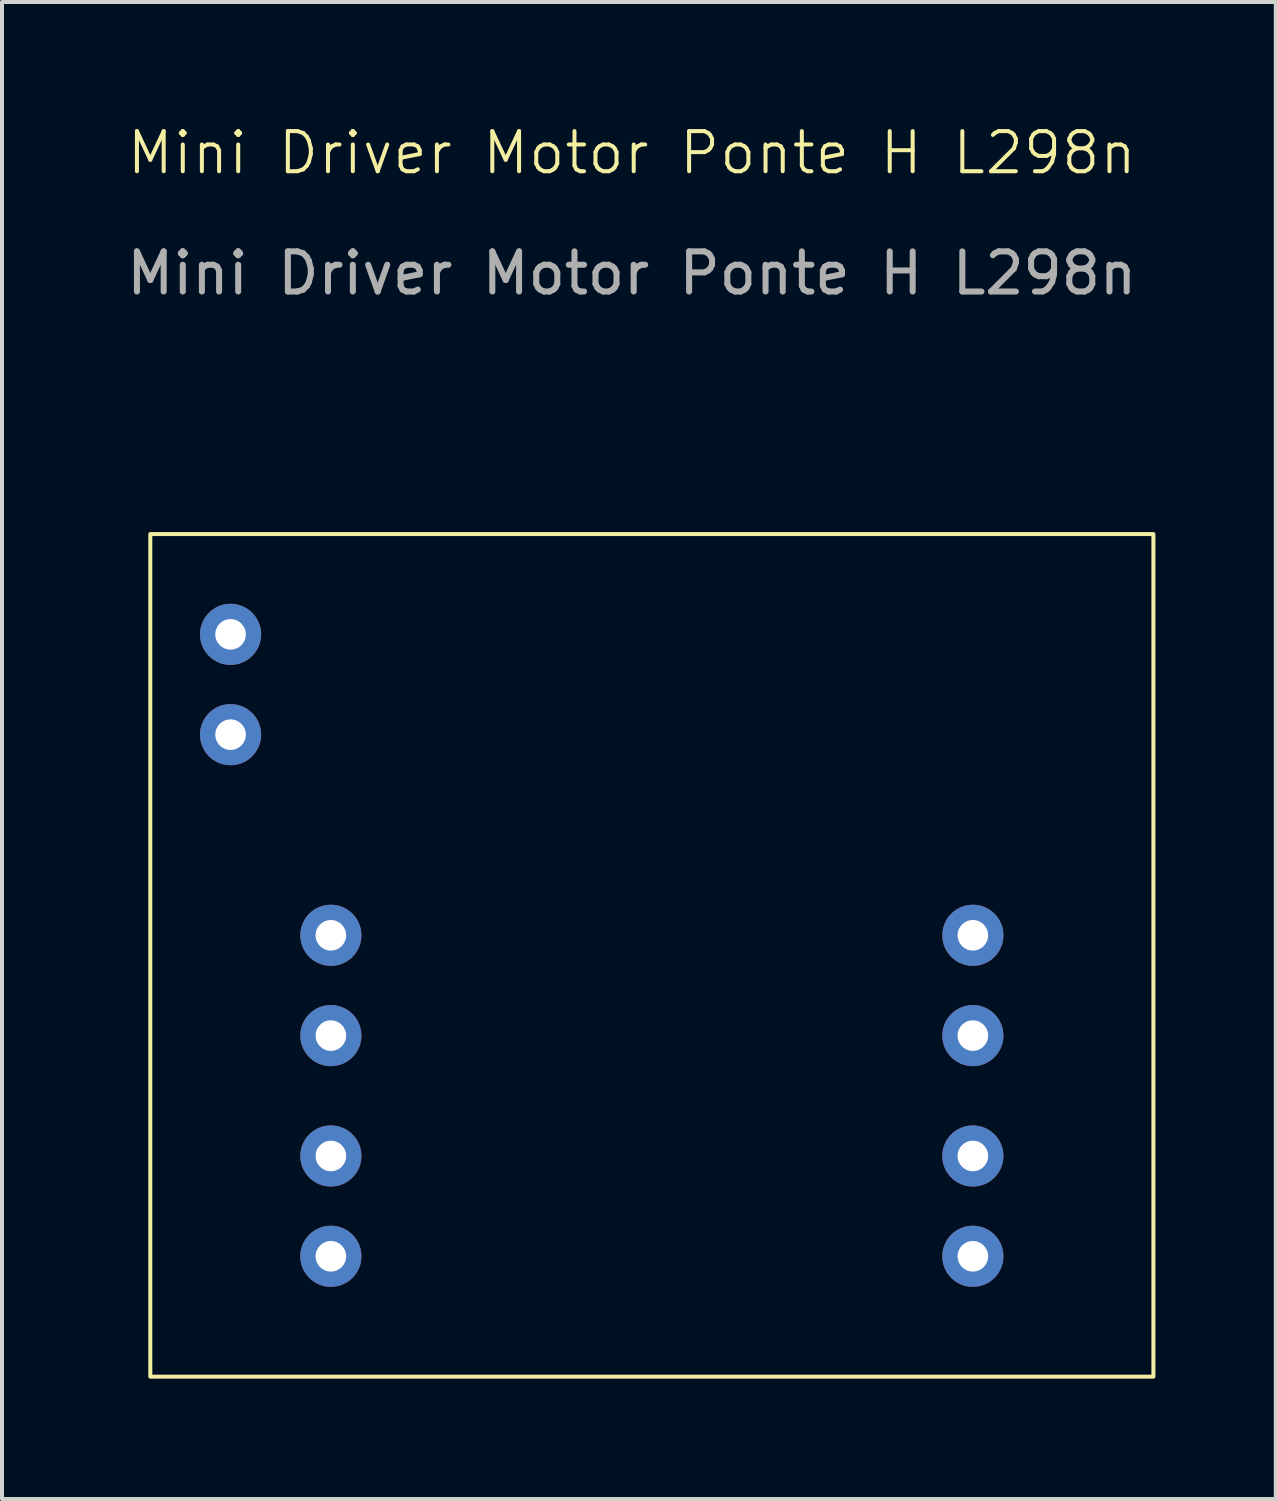
<source format=kicad_pcb>
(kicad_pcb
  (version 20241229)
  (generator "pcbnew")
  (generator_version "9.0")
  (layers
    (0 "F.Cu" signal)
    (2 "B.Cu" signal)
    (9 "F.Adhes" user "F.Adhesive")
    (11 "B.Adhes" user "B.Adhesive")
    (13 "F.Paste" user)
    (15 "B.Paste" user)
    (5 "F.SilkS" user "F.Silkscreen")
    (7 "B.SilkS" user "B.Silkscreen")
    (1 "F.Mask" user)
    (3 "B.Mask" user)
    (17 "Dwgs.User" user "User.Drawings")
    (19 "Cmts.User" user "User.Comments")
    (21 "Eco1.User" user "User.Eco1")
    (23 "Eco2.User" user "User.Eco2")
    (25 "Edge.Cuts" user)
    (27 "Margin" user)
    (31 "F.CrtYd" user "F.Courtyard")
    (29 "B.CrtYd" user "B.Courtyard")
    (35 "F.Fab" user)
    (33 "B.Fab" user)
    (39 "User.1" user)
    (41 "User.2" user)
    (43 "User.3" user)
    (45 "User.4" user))
  (footprint "Mini Driver Motor Ponte H L298n"
    (layer "F.Cu")
    (at 12.696 1.26)
    (property "Reference" "Mini Driver Motor Ponte H L298n" (at 0 -0.5 0) (unlocked yes) (layer "F.SilkS") (effects (font (size 1 1) (thickness 0.1))))
    (attr through_hole)
    (fp_rect (start -12 9) (end 13 30) (stroke (width 0.1) (type default)) (fill no) (layer "F.SilkS"))
    (fp_text user "${REFERENCE}" (at 0 2.5 0) (unlocked yes) (layer "F.Fab") (effects (font (size 1 1) (thickness 0.15))))
    (pad "1" thru_hole circle (at -7.5 19) (size 1.524 1.524) (drill 0.762) (layers "*.Cu" "*.Mask"))
    (pad "2" thru_hole circle (at -7.5 21.5) (size 1.524 1.524) (drill 0.762) (layers "*.Cu" "*.Mask"))
    (pad "3" thru_hole circle (at -7.5 24.5) (size 1.524 1.524) (drill 0.762) (layers "*.Cu" "*.Mask"))
    (pad "4" thru_hole circle (at -7.5 27) (size 1.524 1.524) (drill 0.762) (layers "*.Cu" "*.Mask"))
    (pad "5" thru_hole circle (at -10 14) (size 1.524 1.524) (drill 0.762) (layers "*.Cu" "*.Mask"))
    (pad "6" thru_hole circle (at -10 11.5) (size 1.524 1.524) (drill 0.762) (layers "*.Cu" "*.Mask"))
    (pad "7" thru_hole circle (at 8.5 19) (size 1.524 1.524) (drill 0.762) (layers "*.Cu" "*.Mask"))
    (pad "8" thru_hole circle (at 8.5 21.5) (size 1.524 1.524) (drill 0.762) (layers "*.Cu" "*.Mask"))
    (pad "9" thru_hole circle (at 8.5 24.5) (size 1.524 1.524) (drill 0.762) (layers "*.Cu" "*.Mask"))
    (pad "10" thru_hole circle (at 8.5 27) (size 1.524 1.524) (drill 0.762) (layers "*.Cu" "*.Mask")))
  (gr_rect
    (start -3 -3)
    (end 28.746 34.31)
    (stroke (width 0.1) (type default))
    (fill no)
    (layer "Edge.Cuts")))
</source>
